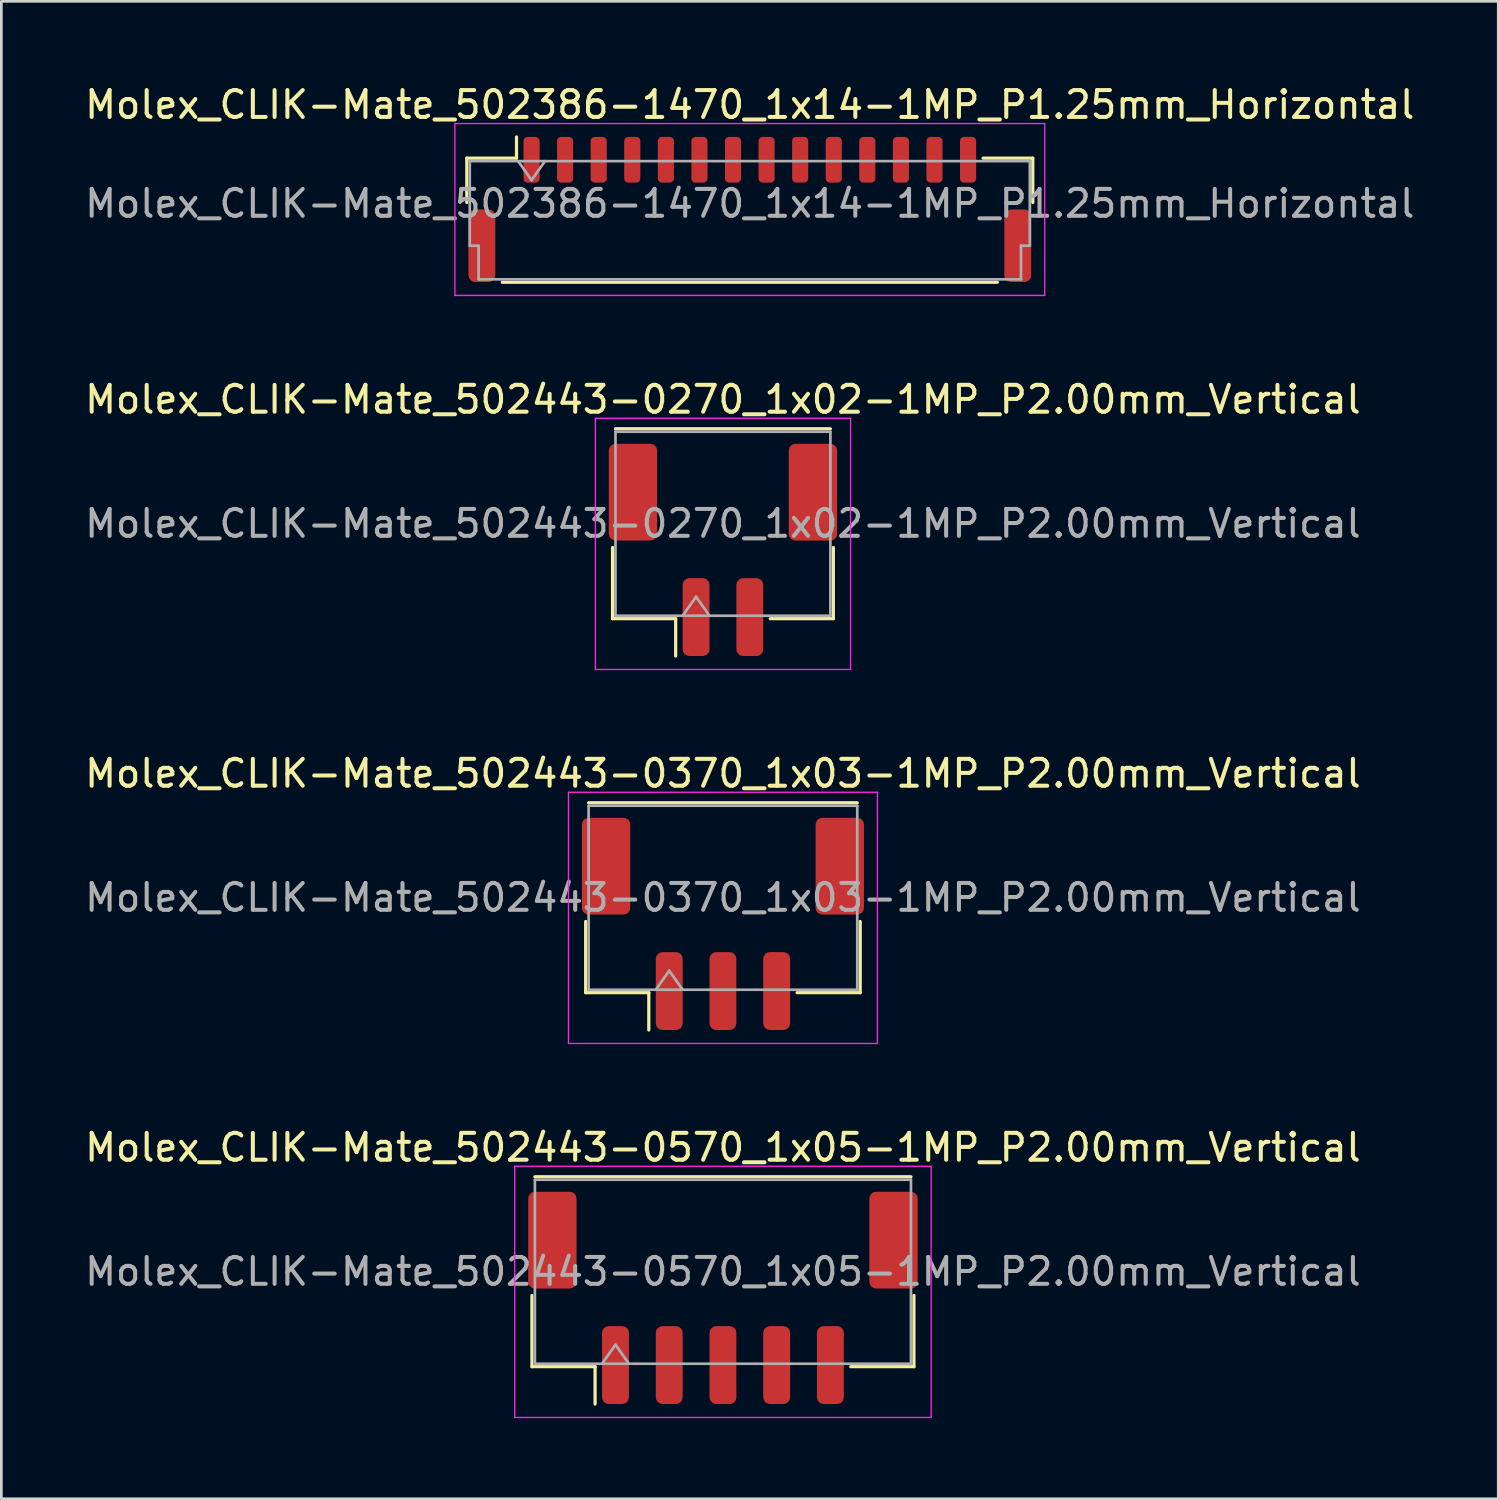
<source format=kicad_pcb>
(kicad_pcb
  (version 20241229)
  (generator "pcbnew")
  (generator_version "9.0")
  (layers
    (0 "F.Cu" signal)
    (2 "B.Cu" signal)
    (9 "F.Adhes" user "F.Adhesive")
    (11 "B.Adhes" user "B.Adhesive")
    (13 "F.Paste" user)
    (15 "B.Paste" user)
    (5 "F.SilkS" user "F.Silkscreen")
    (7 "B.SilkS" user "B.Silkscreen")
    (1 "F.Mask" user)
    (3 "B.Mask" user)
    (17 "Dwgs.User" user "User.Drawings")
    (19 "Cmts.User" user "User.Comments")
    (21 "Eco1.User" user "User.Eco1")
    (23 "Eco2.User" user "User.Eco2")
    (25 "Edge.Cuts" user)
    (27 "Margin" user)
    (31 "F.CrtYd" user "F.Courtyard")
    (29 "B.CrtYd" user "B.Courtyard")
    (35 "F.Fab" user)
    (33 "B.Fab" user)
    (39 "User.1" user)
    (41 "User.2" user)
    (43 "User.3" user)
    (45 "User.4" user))
  (footprint "Molex_CLIK-Mate_502443-0370_1x03-1MP_P2.00mm_Vertical"
    (layer "F.Cu")
    (at 23.863 31.345)
    (property "Reference" "Molex_CLIK-Mate_502443-0370_1x03-1MP_P2.00mm_Vertical" (at 0 -5.6 0) (layer "F.SilkS") (effects (font (size 1 1) (thickness 0.15))))
    (attr smd)
    (fp_line (start -5.11 -0.09) (end -5.11 2.56) (stroke (width 0.12) (type solid)) (layer "F.SilkS"))
    (fp_line (start -5.11 2.56) (end -2.76 2.56) (stroke (width 0.12) (type solid)) (layer "F.SilkS"))
    (fp_line (start -5 -4.51) (end 5 -4.51) (stroke (width 0.12) (type solid)) (layer "F.SilkS"))
    (fp_line (start -2.76 2.56) (end -2.76 3.95) (stroke (width 0.12) (type solid)) (layer "F.SilkS"))
    (fp_line (start 5.11 -0.09) (end 5.11 2.56) (stroke (width 0.12) (type solid)) (layer "F.SilkS"))
    (fp_line (start 5.11 2.56) (end 2.76 2.56) (stroke (width 0.12) (type solid)) (layer "F.SilkS"))
    (fp_line (start -5.75 -4.9) (end -5.75 4.45) (stroke (width 0.05) (type solid)) (layer "F.CrtYd"))
    (fp_line (start -5.75 4.45) (end 5.75 4.45) (stroke (width 0.05) (type solid)) (layer "F.CrtYd"))
    (fp_line (start 5.75 -4.9) (end -5.75 -4.9) (stroke (width 0.05) (type solid)) (layer "F.CrtYd"))
    (fp_line (start 5.75 4.45) (end 5.75 -4.9) (stroke (width 0.05) (type solid)) (layer "F.CrtYd"))
    (fp_line (start -5 -4.4) (end 5 -4.4) (stroke (width 0.1) (type solid)) (layer "F.Fab"))
    (fp_line (start -5 2.45) (end -5 -4.4) (stroke (width 0.1) (type solid)) (layer "F.Fab"))
    (fp_line (start -5 2.45) (end 5 2.45) (stroke (width 0.1) (type solid)) (layer "F.Fab"))
    (fp_line (start -2.5 2.45) (end -2 1.743) (stroke (width 0.1) (type solid)) (layer "F.Fab"))
    (fp_line (start -2 1.743) (end -1.5 2.45) (stroke (width 0.1) (type solid)) (layer "F.Fab"))
    (fp_line (start 5 2.45) (end 5 -4.4) (stroke (width 0.1) (type solid)) (layer "F.Fab"))
    (fp_text user "${REFERENCE}" (at 0 -0.98 0) (layer "F.Fab") (effects (font (size 1 1) (thickness 0.15))))
    (pad "1" smd roundrect (at -2 2.5) (size 1 2.9) (layers "F.Cu" "F.Mask" "F.Paste") (roundrect_rratio 0.25))
    (pad "2" smd roundrect (at 0 2.5) (size 1 2.9) (layers "F.Cu" "F.Mask" "F.Paste") (roundrect_rratio 0.25))
    (pad "3" smd roundrect (at 2 2.5) (size 1 2.9) (layers "F.Cu" "F.Mask" "F.Paste") (roundrect_rratio 0.25))
    (pad "MP" smd roundrect (at -4.35 -2.15) (size 1.8 3.6) (layers "F.Cu" "F.Mask" "F.Paste") (roundrect_rratio 0.139))
    (pad "MP" smd roundrect (at 4.35 -2.15) (size 1.8 3.6) (layers "F.Cu" "F.Mask" "F.Paste") (roundrect_rratio 0.139)))
  (footprint "Molex_CLIK-Mate_502443-0570_1x05-1MP_P2.00mm_Vertical"
    (layer "F.Cu")
    (at 23.863 45.268)
    (property "Reference" "Molex_CLIK-Mate_502443-0570_1x05-1MP_P2.00mm_Vertical" (at 0 -5.6 0) (layer "F.SilkS") (effects (font (size 1 1) (thickness 0.15))))
    (attr smd)
    (fp_line (start -7.11 -0.09) (end -7.11 2.56) (stroke (width 0.12) (type solid)) (layer "F.SilkS"))
    (fp_line (start -7.11 2.56) (end -4.76 2.56) (stroke (width 0.12) (type solid)) (layer "F.SilkS"))
    (fp_line (start -7 -4.51) (end 7 -4.51) (stroke (width 0.12) (type solid)) (layer "F.SilkS"))
    (fp_line (start -4.76 2.56) (end -4.76 3.95) (stroke (width 0.12) (type solid)) (layer "F.SilkS"))
    (fp_line (start 7.11 -0.09) (end 7.11 2.56) (stroke (width 0.12) (type solid)) (layer "F.SilkS"))
    (fp_line (start 7.11 2.56) (end 4.76 2.56) (stroke (width 0.12) (type solid)) (layer "F.SilkS"))
    (fp_line (start -7.75 -4.9) (end -7.75 4.45) (stroke (width 0.05) (type solid)) (layer "F.CrtYd"))
    (fp_line (start -7.75 4.45) (end 7.75 4.45) (stroke (width 0.05) (type solid)) (layer "F.CrtYd"))
    (fp_line (start 7.75 -4.9) (end -7.75 -4.9) (stroke (width 0.05) (type solid)) (layer "F.CrtYd"))
    (fp_line (start 7.75 4.45) (end 7.75 -4.9) (stroke (width 0.05) (type solid)) (layer "F.CrtYd"))
    (fp_line (start -7 -4.4) (end 7 -4.4) (stroke (width 0.1) (type solid)) (layer "F.Fab"))
    (fp_line (start -7 2.45) (end -7 -4.4) (stroke (width 0.1) (type solid)) (layer "F.Fab"))
    (fp_line (start -7 2.45) (end 7 2.45) (stroke (width 0.1) (type solid)) (layer "F.Fab"))
    (fp_line (start -4.5 2.45) (end -4 1.743) (stroke (width 0.1) (type solid)) (layer "F.Fab"))
    (fp_line (start -4 1.743) (end -3.5 2.45) (stroke (width 0.1) (type solid)) (layer "F.Fab"))
    (fp_line (start 7 2.45) (end 7 -4.4) (stroke (width 0.1) (type solid)) (layer "F.Fab"))
    (fp_text user "${REFERENCE}" (at 0 -0.98 0) (layer "F.Fab") (effects (font (size 1 1) (thickness 0.15))))
    (pad "1" smd roundrect (at -4 2.5) (size 1 2.9) (layers "F.Cu" "F.Mask" "F.Paste") (roundrect_rratio 0.25))
    (pad "2" smd roundrect (at -2 2.5) (size 1 2.9) (layers "F.Cu" "F.Mask" "F.Paste") (roundrect_rratio 0.25))
    (pad "3" smd roundrect (at 0 2.5) (size 1 2.9) (layers "F.Cu" "F.Mask" "F.Paste") (roundrect_rratio 0.25))
    (pad "4" smd roundrect (at 2 2.5) (size 1 2.9) (layers "F.Cu" "F.Mask" "F.Paste") (roundrect_rratio 0.25))
    (pad "5" smd roundrect (at 4 2.5) (size 1 2.9) (layers "F.Cu" "F.Mask" "F.Paste") (roundrect_rratio 0.25))
    (pad "MP" smd roundrect (at -6.35 -2.15) (size 1.8 3.6) (layers "F.Cu" "F.Mask" "F.Paste") (roundrect_rratio 0.139))
    (pad "MP" smd roundrect (at 6.35 -2.15) (size 1.8 3.6) (layers "F.Cu" "F.Mask" "F.Paste") (roundrect_rratio 0.139)))
  (footprint "Molex_CLIK-Mate_502443-0270_1x02-1MP_P2.00mm_Vertical"
    (layer "F.Cu")
    (at 23.863 17.422)
    (property "Reference" "Molex_CLIK-Mate_502443-0270_1x02-1MP_P2.00mm_Vertical" (at 0 -5.6 0) (layer "F.SilkS") (effects (font (size 1 1) (thickness 0.15))))
    (attr smd)
    (fp_line (start -4.11 -0.09) (end -4.11 2.56) (stroke (width 0.12) (type solid)) (layer "F.SilkS"))
    (fp_line (start -4.11 2.56) (end -1.76 2.56) (stroke (width 0.12) (type solid)) (layer "F.SilkS"))
    (fp_line (start -4 -4.51) (end 4 -4.51) (stroke (width 0.12) (type solid)) (layer "F.SilkS"))
    (fp_line (start -1.76 2.56) (end -1.76 3.95) (stroke (width 0.12) (type solid)) (layer "F.SilkS"))
    (fp_line (start 4.11 -0.09) (end 4.11 2.56) (stroke (width 0.12) (type solid)) (layer "F.SilkS"))
    (fp_line (start 4.11 2.56) (end 1.76 2.56) (stroke (width 0.12) (type solid)) (layer "F.SilkS"))
    (fp_line (start -4.75 -4.9) (end -4.75 4.45) (stroke (width 0.05) (type solid)) (layer "F.CrtYd"))
    (fp_line (start -4.75 4.45) (end 4.75 4.45) (stroke (width 0.05) (type solid)) (layer "F.CrtYd"))
    (fp_line (start 4.75 -4.9) (end -4.75 -4.9) (stroke (width 0.05) (type solid)) (layer "F.CrtYd"))
    (fp_line (start 4.75 4.45) (end 4.75 -4.9) (stroke (width 0.05) (type solid)) (layer "F.CrtYd"))
    (fp_line (start -4 -4.4) (end 4 -4.4) (stroke (width 0.1) (type solid)) (layer "F.Fab"))
    (fp_line (start -4 2.45) (end -4 -4.4) (stroke (width 0.1) (type solid)) (layer "F.Fab"))
    (fp_line (start -4 2.45) (end 4 2.45) (stroke (width 0.1) (type solid)) (layer "F.Fab"))
    (fp_line (start -1.5 2.45) (end -1 1.743) (stroke (width 0.1) (type solid)) (layer "F.Fab"))
    (fp_line (start -1 1.743) (end -0.5 2.45) (stroke (width 0.1) (type solid)) (layer "F.Fab"))
    (fp_line (start 4 2.45) (end 4 -4.4) (stroke (width 0.1) (type solid)) (layer "F.Fab"))
    (fp_text user "${REFERENCE}" (at 0 -0.98 0) (layer "F.Fab") (effects (font (size 1 1) (thickness 0.15))))
    (pad "1" smd roundrect (at -1 2.5) (size 1 2.9) (layers "F.Cu" "F.Mask" "F.Paste") (roundrect_rratio 0.25))
    (pad "2" smd roundrect (at 1 2.5) (size 1 2.9) (layers "F.Cu" "F.Mask" "F.Paste") (roundrect_rratio 0.25))
    (pad "MP" smd roundrect (at -3.35 -2.15) (size 1.8 3.6) (layers "F.Cu" "F.Mask" "F.Paste") (roundrect_rratio 0.139))
    (pad "MP" smd roundrect (at 3.35 -2.15) (size 1.8 3.6) (layers "F.Cu" "F.Mask" "F.Paste") (roundrect_rratio 0.139)))
  (footprint "Molex_CLIK-Mate_502386-1470_1x14-1MP_P1.25mm_Horizontal"
    (layer "F.Cu")
    (at 24.863 4.748)
    (property "Reference" "Molex_CLIK-Mate_502386-1470_1x14-1MP_P1.25mm_Horizontal" (at 0 -3.9 0) (layer "F.SilkS") (effects (font (size 1 1) (thickness 0.15))))
    (attr smd)
    (fp_line (start -10.535 -1.91) (end -8.685 -1.91) (stroke (width 0.12) (type solid)) (layer "F.SilkS"))
    (fp_line (start -10.535 -0.26) (end -10.535 -1.91) (stroke (width 0.12) (type solid)) (layer "F.SilkS"))
    (fp_line (start -9.215 2.71) (end 9.215 2.71) (stroke (width 0.12) (type solid)) (layer "F.SilkS"))
    (fp_line (start -8.685 -1.91) (end -8.685 -2.7) (stroke (width 0.12) (type solid)) (layer "F.SilkS"))
    (fp_line (start 10.535 -1.91) (end 8.685 -1.91) (stroke (width 0.12) (type solid)) (layer "F.SilkS"))
    (fp_line (start 10.535 -0.26) (end 10.535 -1.91) (stroke (width 0.12) (type solid)) (layer "F.SilkS"))
    (fp_line (start -10.98 -3.2) (end -10.98 3.2) (stroke (width 0.05) (type solid)) (layer "F.CrtYd"))
    (fp_line (start -10.98 3.2) (end 10.98 3.2) (stroke (width 0.05) (type solid)) (layer "F.CrtYd"))
    (fp_line (start 10.98 -3.2) (end -10.98 -3.2) (stroke (width 0.05) (type solid)) (layer "F.CrtYd"))
    (fp_line (start 10.98 3.2) (end 10.98 -3.2) (stroke (width 0.05) (type solid)) (layer "F.CrtYd"))
    (fp_line (start -10.425 -1.8) (end -10.425 1.35) (stroke (width 0.1) (type solid)) (layer "F.Fab"))
    (fp_line (start -10.425 -1.8) (end 10.425 -1.8) (stroke (width 0.1) (type solid)) (layer "F.Fab"))
    (fp_line (start -10.425 1.35) (end -10.095 1.35) (stroke (width 0.1) (type solid)) (layer "F.Fab"))
    (fp_line (start -10.095 1.35) (end -10.095 2.6) (stroke (width 0.1) (type solid)) (layer "F.Fab"))
    (fp_line (start -10.095 2.6) (end 10.095 2.6) (stroke (width 0.1) (type solid)) (layer "F.Fab"))
    (fp_line (start -8.625 -1.8) (end -8.125 -1.093) (stroke (width 0.1) (type solid)) (layer "F.Fab"))
    (fp_line (start -8.125 -1.093) (end -7.625 -1.8) (stroke (width 0.1) (type solid)) (layer "F.Fab"))
    (fp_line (start 10.095 1.35) (end 10.425 1.35) (stroke (width 0.1) (type solid)) (layer "F.Fab"))
    (fp_line (start 10.095 2.6) (end 10.095 1.35) (stroke (width 0.1) (type solid)) (layer "F.Fab"))
    (fp_line (start 10.425 -1.8) (end 10.425 1.35) (stroke (width 0.1) (type solid)) (layer "F.Fab"))
    (fp_text user "${REFERENCE}" (at 0 -0.22 0) (layer "F.Fab") (effects (font (size 1 1) (thickness 0.15))))
    (pad "1" smd roundrect (at -8.125 -1.85) (size 0.6 1.7) (layers "F.Cu" "F.Mask" "F.Paste") (roundrect_rratio 0.25))
    (pad "2" smd roundrect (at -6.875 -1.85) (size 0.6 1.7) (layers "F.Cu" "F.Mask" "F.Paste") (roundrect_rratio 0.25))
    (pad "3" smd roundrect (at -5.625 -1.85) (size 0.6 1.7) (layers "F.Cu" "F.Mask" "F.Paste") (roundrect_rratio 0.25))
    (pad "4" smd roundrect (at -4.375 -1.85) (size 0.6 1.7) (layers "F.Cu" "F.Mask" "F.Paste") (roundrect_rratio 0.25))
    (pad "5" smd roundrect (at -3.125 -1.85) (size 0.6 1.7) (layers "F.Cu" "F.Mask" "F.Paste") (roundrect_rratio 0.25))
    (pad "6" smd roundrect (at -1.875 -1.85) (size 0.6 1.7) (layers "F.Cu" "F.Mask" "F.Paste") (roundrect_rratio 0.25))
    (pad "7" smd roundrect (at -0.625 -1.85) (size 0.6 1.7) (layers "F.Cu" "F.Mask" "F.Paste") (roundrect_rratio 0.25))
    (pad "8" smd roundrect (at 0.625 -1.85) (size 0.6 1.7) (layers "F.Cu" "F.Mask" "F.Paste") (roundrect_rratio 0.25))
    (pad "9" smd roundrect (at 1.875 -1.85) (size 0.6 1.7) (layers "F.Cu" "F.Mask" "F.Paste") (roundrect_rratio 0.25))
    (pad "10" smd roundrect (at 3.125 -1.85) (size 0.6 1.7) (layers "F.Cu" "F.Mask" "F.Paste") (roundrect_rratio 0.25))
    (pad "11" smd roundrect (at 4.375 -1.85) (size 0.6 1.7) (layers "F.Cu" "F.Mask" "F.Paste") (roundrect_rratio 0.25))
    (pad "12" smd roundrect (at 5.625 -1.85) (size 0.6 1.7) (layers "F.Cu" "F.Mask" "F.Paste") (roundrect_rratio 0.25))
    (pad "13" smd roundrect (at 6.875 -1.85) (size 0.6 1.7) (layers "F.Cu" "F.Mask" "F.Paste") (roundrect_rratio 0.25))
    (pad "14" smd roundrect (at 8.125 -1.85) (size 0.6 1.7) (layers "F.Cu" "F.Mask" "F.Paste") (roundrect_rratio 0.25))
    (pad "MP" smd roundrect (at -9.975 1.35) (size 1 2.7) (layers "F.Cu" "F.Mask" "F.Paste") (roundrect_rratio 0.25))
    (pad "MP" smd roundrect (at 9.975 1.35) (size 1 2.7) (layers "F.Cu" "F.Mask" "F.Paste") (roundrect_rratio 0.25)))
  (gr_rect
    (start -3 -3)
    (end 52.726 52.743)
    (stroke (width 0.1) (type default))
    (fill no)
    (layer "Edge.Cuts")))
</source>
